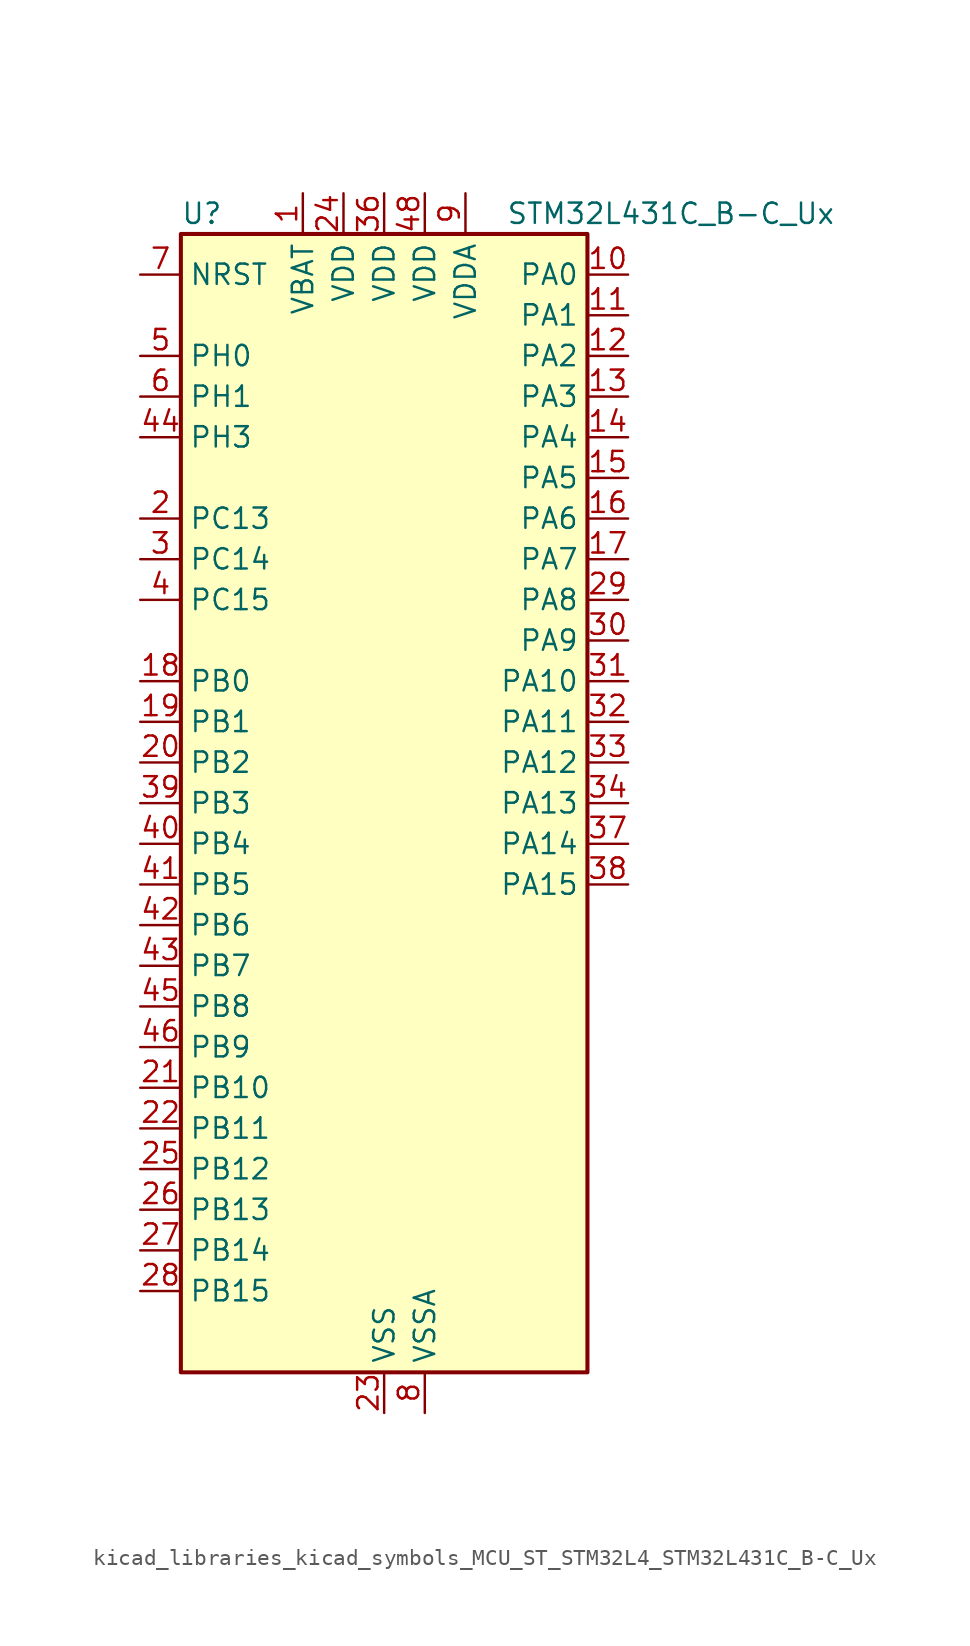
<source format=kicad_sym>
(kicad_symbol_lib
  (version 20220914)
  (generator kicad_symbol_editor)
  (symbol "kicad_libraries_kicad_symbols_MCU_ST_STM32L4_STM32L431C_B-C_Ux"
    (property "Reference" "U"
      (at -12.7 36.83 0)
      (effects (font (size 1.27 1.27)) (justify left)))
    (property "Value" "STM32L431C_B-C_Ux"
      (at 7.62 36.83 0)
      (effects (font (size 1.27 1.27)) (justify left)))
    (property "ki_locked" ""
      (at 0 0 0)
      (effects (font (size 1.27 1.27))))
    (symbol "kicad_libraries_kicad_symbols_MCU_ST_STM32L4_STM32L431C_B-C_Ux_0_1"
      (rectangle (start -12.7 -35.56) (end 12.7 35.56) (stroke (width 0.254) (type default)) (fill (type background))))
    (symbol "kicad_libraries_kicad_symbols_MCU_ST_STM32L4_STM32L431C_B-C_Ux_1_1"
      (pin power_in line (at -5.08 38.1 270) (length 2.54) (name "VBAT" (effects (font (size 1.27 1.27)))) (number "1" (effects (font (size 1.27 1.27)))))
      (pin bidirectional line (at 15.24 33.02 180) (length 2.54) (name "PA0" (effects (font (size 1.27 1.27)))) (number "10" (effects (font (size 1.27 1.27)))) (alternate "ADC1_IN5" bidirectional line) (alternate "COMP1_INM" bidirectional line) (alternate "COMP1_OUT" bidirectional line) (alternate "OPAMP1_VINP" bidirectional line) (alternate "RTC_TAMP2" bidirectional line) (alternate "SAI1_EXTCLK" bidirectional line) (alternate "SYS_WKUP1" bidirectional line) (alternate "TIM2_CH1" bidirectional line) (alternate "TIM2_ETR" bidirectional line) (alternate "USART2_CTS" bidirectional line))
      (pin bidirectional line (at 15.24 30.48 180) (length 2.54) (name "PA1" (effects (font (size 1.27 1.27)))) (number "11" (effects (font (size 1.27 1.27)))) (alternate "ADC1_IN6" bidirectional line) (alternate "COMP1_INP" bidirectional line) (alternate "I2C1_SMBA" bidirectional line) (alternate "OPAMP1_VINM" bidirectional line) (alternate "SPI1_SCK" bidirectional line) (alternate "TIM15_CH1N" bidirectional line) (alternate "TIM2_CH2" bidirectional line) (alternate "USART2_DE" bidirectional line) (alternate "USART2_RTS" bidirectional line))
      (pin bidirectional line (at 15.24 27.94 180) (length 2.54) (name "PA2" (effects (font (size 1.27 1.27)))) (number "12" (effects (font (size 1.27 1.27)))) (alternate "ADC1_IN7" bidirectional line) (alternate "COMP2_INM" bidirectional line) (alternate "COMP2_OUT" bidirectional line) (alternate "LPUART1_TX" bidirectional line) (alternate "QUADSPI_BK1_NCS" bidirectional line) (alternate "RCC_LSCO" bidirectional line) (alternate "SYS_WKUP4" bidirectional line) (alternate "TIM15_CH1" bidirectional line) (alternate "TIM2_CH3" bidirectional line) (alternate "USART2_TX" bidirectional line))
      (pin bidirectional line (at 15.24 25.4 180) (length 2.54) (name "PA3" (effects (font (size 1.27 1.27)))) (number "13" (effects (font (size 1.27 1.27)))) (alternate "ADC1_IN8" bidirectional line) (alternate "COMP2_INP" bidirectional line) (alternate "LPUART1_RX" bidirectional line) (alternate "OPAMP1_VOUT" bidirectional line) (alternate "QUADSPI_CLK" bidirectional line) (alternate "SAI1_MCLK_A" bidirectional line) (alternate "TIM15_CH2" bidirectional line) (alternate "TIM2_CH4" bidirectional line) (alternate "USART2_RX" bidirectional line))
      (pin bidirectional line (at 15.24 22.86 180) (length 2.54) (name "PA4" (effects (font (size 1.27 1.27)))) (number "14" (effects (font (size 1.27 1.27)))) (alternate "ADC1_IN9" bidirectional line) (alternate "COMP1_INM" bidirectional line) (alternate "COMP2_INM" bidirectional line) (alternate "DAC1_OUT1" bidirectional line) (alternate "LPTIM2_OUT" bidirectional line) (alternate "SAI1_FS_B" bidirectional line) (alternate "SPI1_NSS" bidirectional line) (alternate "SPI3_NSS" bidirectional line) (alternate "USART2_CK" bidirectional line))
      (pin bidirectional line (at 15.24 20.32 180) (length 2.54) (name "PA5" (effects (font (size 1.27 1.27)))) (number "15" (effects (font (size 1.27 1.27)))) (alternate "ADC1_IN10" bidirectional line) (alternate "COMP1_INM" bidirectional line) (alternate "COMP2_INM" bidirectional line) (alternate "DAC1_OUT2" bidirectional line) (alternate "LPTIM2_ETR" bidirectional line) (alternate "SPI1_SCK" bidirectional line) (alternate "TIM2_CH1" bidirectional line) (alternate "TIM2_ETR" bidirectional line))
      (pin bidirectional line (at 15.24 17.78 180) (length 2.54) (name "PA6" (effects (font (size 1.27 1.27)))) (number "16" (effects (font (size 1.27 1.27)))) (alternate "ADC1_IN11" bidirectional line) (alternate "COMP1_OUT" bidirectional line) (alternate "LPUART1_CTS" bidirectional line) (alternate "QUADSPI_BK1_IO3" bidirectional line) (alternate "SPI1_MISO" bidirectional line) (alternate "TIM16_CH1" bidirectional line) (alternate "TIM1_BKIN" bidirectional line) (alternate "TIM1_BKIN_COMP2" bidirectional line) (alternate "USART3_CTS" bidirectional line))
      (pin bidirectional line (at 15.24 15.24 180) (length 2.54) (name "PA7" (effects (font (size 1.27 1.27)))) (number "17" (effects (font (size 1.27 1.27)))) (alternate "ADC1_IN12" bidirectional line) (alternate "COMP2_OUT" bidirectional line) (alternate "I2C3_SCL" bidirectional line) (alternate "QUADSPI_BK1_IO2" bidirectional line) (alternate "SPI1_MOSI" bidirectional line) (alternate "TIM1_CH1N" bidirectional line))
      (pin bidirectional line (at -15.24 7.62 0) (length 2.54) (name "PB0" (effects (font (size 1.27 1.27)))) (number "18" (effects (font (size 1.27 1.27)))) (alternate "ADC1_IN15" bidirectional line) (alternate "COMP1_OUT" bidirectional line) (alternate "QUADSPI_BK1_IO1" bidirectional line) (alternate "SAI1_EXTCLK" bidirectional line) (alternate "SPI1_NSS" bidirectional line) (alternate "TIM1_CH2N" bidirectional line) (alternate "USART3_CK" bidirectional line))
      (pin bidirectional line (at -15.24 5.08 0) (length 2.54) (name "PB1" (effects (font (size 1.27 1.27)))) (number "19" (effects (font (size 1.27 1.27)))) (alternate "ADC1_IN16" bidirectional line) (alternate "COMP1_INM" bidirectional line) (alternate "LPTIM2_IN1" bidirectional line) (alternate "LPUART1_DE" bidirectional line) (alternate "LPUART1_RTS" bidirectional line) (alternate "QUADSPI_BK1_IO0" bidirectional line) (alternate "TIM1_CH3N" bidirectional line) (alternate "USART3_DE" bidirectional line) (alternate "USART3_RTS" bidirectional line))
      (pin bidirectional line (at -15.24 17.78 0) (length 2.54) (name "PC13" (effects (font (size 1.27 1.27)))) (number "2" (effects (font (size 1.27 1.27)))) (alternate "RTC_OUT_ALARM" bidirectional line) (alternate "RTC_OUT_CALIB" bidirectional line) (alternate "RTC_TAMP1" bidirectional line) (alternate "RTC_TS" bidirectional line) (alternate "SYS_WKUP2" bidirectional line))
      (pin bidirectional line (at -15.24 2.54 0) (length 2.54) (name "PB2" (effects (font (size 1.27 1.27)))) (number "20" (effects (font (size 1.27 1.27)))) (alternate "COMP1_INP" bidirectional line) (alternate "I2C3_SMBA" bidirectional line) (alternate "LPTIM1_OUT" bidirectional line) (alternate "RTC_OUT_ALARM" bidirectional line) (alternate "RTC_OUT_CALIB" bidirectional line))
      (pin bidirectional line (at -15.24 -17.78 0) (length 2.54) (name "PB10" (effects (font (size 1.27 1.27)))) (number "21" (effects (font (size 1.27 1.27)))) (alternate "COMP1_OUT" bidirectional line) (alternate "I2C2_SCL" bidirectional line) (alternate "LPUART1_RX" bidirectional line) (alternate "QUADSPI_CLK" bidirectional line) (alternate "SAI1_SCK_A" bidirectional line) (alternate "SPI2_SCK" bidirectional line) (alternate "TIM2_CH3" bidirectional line) (alternate "TSC_SYNC" bidirectional line) (alternate "USART3_TX" bidirectional line))
      (pin bidirectional line (at -15.24 -20.32 0) (length 2.54) (name "PB11" (effects (font (size 1.27 1.27)))) (number "22" (effects (font (size 1.27 1.27)))) (alternate "ADC1_EXTI11" bidirectional line) (alternate "COMP2_OUT" bidirectional line) (alternate "I2C2_SDA" bidirectional line) (alternate "LPUART1_TX" bidirectional line) (alternate "QUADSPI_BK1_NCS" bidirectional line) (alternate "TIM2_CH4" bidirectional line) (alternate "USART3_RX" bidirectional line))
      (pin power_in line (at 0 -38.1 90) (length 2.54) (name "VSS" (effects (font (size 1.27 1.27)))) (number "23" (effects (font (size 1.27 1.27)))))
      (pin power_in line (at -2.54 38.1 270) (length 2.54) (name "VDD" (effects (font (size 1.27 1.27)))) (number "24" (effects (font (size 1.27 1.27)))))
      (pin bidirectional line (at -15.24 -22.86 0) (length 2.54) (name "PB12" (effects (font (size 1.27 1.27)))) (number "25" (effects (font (size 1.27 1.27)))) (alternate "I2C2_SMBA" bidirectional line) (alternate "LPUART1_DE" bidirectional line) (alternate "LPUART1_RTS" bidirectional line) (alternate "SAI1_FS_A" bidirectional line) (alternate "SPI2_NSS" bidirectional line) (alternate "SWPMI1_IO" bidirectional line) (alternate "TIM15_BKIN" bidirectional line) (alternate "TIM1_BKIN" bidirectional line) (alternate "TIM1_BKIN_COMP2" bidirectional line) (alternate "TSC_G1_IO1" bidirectional line) (alternate "USART3_CK" bidirectional line))
      (pin bidirectional line (at -15.24 -25.4 0) (length 2.54) (name "PB13" (effects (font (size 1.27 1.27)))) (number "26" (effects (font (size 1.27 1.27)))) (alternate "I2C2_SCL" bidirectional line) (alternate "LPUART1_CTS" bidirectional line) (alternate "SAI1_SCK_A" bidirectional line) (alternate "SPI2_SCK" bidirectional line) (alternate "SWPMI1_TX" bidirectional line) (alternate "TIM15_CH1N" bidirectional line) (alternate "TIM1_CH1N" bidirectional line) (alternate "TSC_G1_IO2" bidirectional line) (alternate "USART3_CTS" bidirectional line))
      (pin bidirectional line (at -15.24 -27.94 0) (length 2.54) (name "PB14" (effects (font (size 1.27 1.27)))) (number "27" (effects (font (size 1.27 1.27)))) (alternate "I2C2_SDA" bidirectional line) (alternate "SAI1_MCLK_A" bidirectional line) (alternate "SPI2_MISO" bidirectional line) (alternate "SWPMI1_RX" bidirectional line) (alternate "TIM15_CH1" bidirectional line) (alternate "TIM1_CH2N" bidirectional line) (alternate "TSC_G1_IO3" bidirectional line) (alternate "USART3_DE" bidirectional line) (alternate "USART3_RTS" bidirectional line))
      (pin bidirectional line (at -15.24 -30.48 0) (length 2.54) (name "PB15" (effects (font (size 1.27 1.27)))) (number "28" (effects (font (size 1.27 1.27)))) (alternate "ADC1_EXTI15" bidirectional line) (alternate "RTC_REFIN" bidirectional line) (alternate "SAI1_SD_A" bidirectional line) (alternate "SPI2_MOSI" bidirectional line) (alternate "SWPMI1_SUSPEND" bidirectional line) (alternate "TIM15_CH2" bidirectional line) (alternate "TIM1_CH3N" bidirectional line) (alternate "TSC_G1_IO4" bidirectional line))
      (pin bidirectional line (at 15.24 12.7 180) (length 2.54) (name "PA8" (effects (font (size 1.27 1.27)))) (number "29" (effects (font (size 1.27 1.27)))) (alternate "LPTIM2_OUT" bidirectional line) (alternate "RCC_MCO" bidirectional line) (alternate "SAI1_SCK_A" bidirectional line) (alternate "SWPMI1_IO" bidirectional line) (alternate "TIM1_CH1" bidirectional line) (alternate "USART1_CK" bidirectional line))
      (pin bidirectional line (at -15.24 15.24 0) (length 2.54) (name "PC14" (effects (font (size 1.27 1.27)))) (number "3" (effects (font (size 1.27 1.27)))) (alternate "RCC_OSC32_IN" bidirectional line))
      (pin bidirectional line (at 15.24 10.16 180) (length 2.54) (name "PA9" (effects (font (size 1.27 1.27)))) (number "30" (effects (font (size 1.27 1.27)))) (alternate "DAC1_EXTI9" bidirectional line) (alternate "I2C1_SCL" bidirectional line) (alternate "SAI1_FS_A" bidirectional line) (alternate "TIM15_BKIN" bidirectional line) (alternate "TIM1_CH2" bidirectional line) (alternate "USART1_TX" bidirectional line))
      (pin bidirectional line (at 15.24 7.62 180) (length 2.54) (name "PA10" (effects (font (size 1.27 1.27)))) (number "31" (effects (font (size 1.27 1.27)))) (alternate "I2C1_SDA" bidirectional line) (alternate "SAI1_SD_A" bidirectional line) (alternate "TIM1_CH3" bidirectional line) (alternate "USART1_RX" bidirectional line))
      (pin bidirectional line (at 15.24 5.08 180) (length 2.54) (name "PA11" (effects (font (size 1.27 1.27)))) (number "32" (effects (font (size 1.27 1.27)))) (alternate "ADC1_EXTI11" bidirectional line) (alternate "CAN1_RX" bidirectional line) (alternate "COMP1_OUT" bidirectional line) (alternate "SPI1_MISO" bidirectional line) (alternate "TIM1_BKIN2" bidirectional line) (alternate "TIM1_BKIN2_COMP1" bidirectional line) (alternate "TIM1_CH4" bidirectional line) (alternate "USART1_CTS" bidirectional line))
      (pin bidirectional line (at 15.24 2.54 180) (length 2.54) (name "PA12" (effects (font (size 1.27 1.27)))) (number "33" (effects (font (size 1.27 1.27)))) (alternate "CAN1_TX" bidirectional line) (alternate "SPI1_MOSI" bidirectional line) (alternate "TIM1_ETR" bidirectional line) (alternate "USART1_DE" bidirectional line) (alternate "USART1_RTS" bidirectional line))
      (pin bidirectional line (at 15.24 0 180) (length 2.54) (name "PA13" (effects (font (size 1.27 1.27)))) (number "34" (effects (font (size 1.27 1.27)))) (alternate "IR_OUT" bidirectional line) (alternate "SAI1_SD_B" bidirectional line) (alternate "SWPMI1_TX" bidirectional line) (alternate "SYS_JTMS-SWDIO" bidirectional line))
      (pin passive line (at 0 -38.1 90) (length 2.54) hide (name "VSS" (effects (font (size 1.27 1.27)))) (number "35" (effects (font (size 1.27 1.27)))))
      (pin power_in line (at 0 38.1 270) (length 2.54) (name "VDD" (effects (font (size 1.27 1.27)))) (number "36" (effects (font (size 1.27 1.27)))))
      (pin bidirectional line (at 15.24 -2.54 180) (length 2.54) (name "PA14" (effects (font (size 1.27 1.27)))) (number "37" (effects (font (size 1.27 1.27)))) (alternate "I2C1_SMBA" bidirectional line) (alternate "LPTIM1_OUT" bidirectional line) (alternate "SAI1_FS_B" bidirectional line) (alternate "SWPMI1_RX" bidirectional line) (alternate "SYS_JTCK-SWCLK" bidirectional line))
      (pin bidirectional line (at 15.24 -5.08 180) (length 2.54) (name "PA15" (effects (font (size 1.27 1.27)))) (number "38" (effects (font (size 1.27 1.27)))) (alternate "ADC1_EXTI15" bidirectional line) (alternate "SPI1_NSS" bidirectional line) (alternate "SPI3_NSS" bidirectional line) (alternate "SWPMI1_SUSPEND" bidirectional line) (alternate "SYS_JTDI" bidirectional line) (alternate "TIM2_CH1" bidirectional line) (alternate "TIM2_ETR" bidirectional line) (alternate "USART2_RX" bidirectional line) (alternate "USART3_DE" bidirectional line) (alternate "USART3_RTS" bidirectional line))
      (pin bidirectional line (at -15.24 0 0) (length 2.54) (name "PB3" (effects (font (size 1.27 1.27)))) (number "39" (effects (font (size 1.27 1.27)))) (alternate "COMP2_INM" bidirectional line) (alternate "SAI1_SCK_B" bidirectional line) (alternate "SPI1_SCK" bidirectional line) (alternate "SPI3_SCK" bidirectional line) (alternate "SYS_JTDO-SWO" bidirectional line) (alternate "TIM2_CH2" bidirectional line) (alternate "USART1_DE" bidirectional line) (alternate "USART1_RTS" bidirectional line))
      (pin bidirectional line (at -15.24 12.7 0) (length 2.54) (name "PC15" (effects (font (size 1.27 1.27)))) (number "4" (effects (font (size 1.27 1.27)))) (alternate "ADC1_EXTI15" bidirectional line) (alternate "RCC_OSC32_OUT" bidirectional line))
      (pin bidirectional line (at -15.24 -2.54 0) (length 2.54) (name "PB4" (effects (font (size 1.27 1.27)))) (number "40" (effects (font (size 1.27 1.27)))) (alternate "COMP2_INP" bidirectional line) (alternate "I2C3_SDA" bidirectional line) (alternate "SAI1_MCLK_B" bidirectional line) (alternate "SPI1_MISO" bidirectional line) (alternate "SPI3_MISO" bidirectional line) (alternate "SYS_JTRST" bidirectional line) (alternate "TSC_G2_IO1" bidirectional line) (alternate "USART1_CTS" bidirectional line))
      (pin bidirectional line (at -15.24 -5.08 0) (length 2.54) (name "PB5" (effects (font (size 1.27 1.27)))) (number "41" (effects (font (size 1.27 1.27)))) (alternate "COMP2_OUT" bidirectional line) (alternate "I2C1_SMBA" bidirectional line) (alternate "LPTIM1_IN1" bidirectional line) (alternate "SAI1_SD_B" bidirectional line) (alternate "SPI1_MOSI" bidirectional line) (alternate "SPI3_MOSI" bidirectional line) (alternate "TIM16_BKIN" bidirectional line) (alternate "TSC_G2_IO2" bidirectional line) (alternate "USART1_CK" bidirectional line))
      (pin bidirectional line (at -15.24 -7.62 0) (length 2.54) (name "PB6" (effects (font (size 1.27 1.27)))) (number "42" (effects (font (size 1.27 1.27)))) (alternate "COMP2_INP" bidirectional line) (alternate "I2C1_SCL" bidirectional line) (alternate "LPTIM1_ETR" bidirectional line) (alternate "SAI1_FS_B" bidirectional line) (alternate "TIM16_CH1N" bidirectional line) (alternate "TSC_G2_IO3" bidirectional line) (alternate "USART1_TX" bidirectional line))
      (pin bidirectional line (at -15.24 -10.16 0) (length 2.54) (name "PB7" (effects (font (size 1.27 1.27)))) (number "43" (effects (font (size 1.27 1.27)))) (alternate "COMP2_INM" bidirectional line) (alternate "I2C1_SDA" bidirectional line) (alternate "LPTIM1_IN2" bidirectional line) (alternate "SYS_PVD_IN" bidirectional line) (alternate "TSC_G2_IO4" bidirectional line) (alternate "USART1_RX" bidirectional line))
      (pin bidirectional line (at -15.24 22.86 0) (length 2.54) (name "PH3" (effects (font (size 1.27 1.27)))) (number "44" (effects (font (size 1.27 1.27)))))
      (pin bidirectional line (at -15.24 -12.7 0) (length 2.54) (name "PB8" (effects (font (size 1.27 1.27)))) (number "45" (effects (font (size 1.27 1.27)))) (alternate "CAN1_RX" bidirectional line) (alternate "I2C1_SCL" bidirectional line) (alternate "SAI1_MCLK_A" bidirectional line) (alternate "TIM16_CH1" bidirectional line))
      (pin bidirectional line (at -15.24 -15.24 0) (length 2.54) (name "PB9" (effects (font (size 1.27 1.27)))) (number "46" (effects (font (size 1.27 1.27)))) (alternate "CAN1_TX" bidirectional line) (alternate "DAC1_EXTI9" bidirectional line) (alternate "I2C1_SDA" bidirectional line) (alternate "IR_OUT" bidirectional line) (alternate "SAI1_FS_A" bidirectional line) (alternate "SPI2_NSS" bidirectional line))
      (pin passive line (at 0 -38.1 90) (length 2.54) hide (name "VSS" (effects (font (size 1.27 1.27)))) (number "47" (effects (font (size 1.27 1.27)))))
      (pin power_in line (at 2.54 38.1 270) (length 2.54) (name "VDD" (effects (font (size 1.27 1.27)))) (number "48" (effects (font (size 1.27 1.27)))))
      (pin passive line (at 0 -38.1 90) (length 2.54) hide (name "VSS" (effects (font (size 1.27 1.27)))) (number "49" (effects (font (size 1.27 1.27)))))
      (pin bidirectional line (at -15.24 27.94 0) (length 2.54) (name "PH0" (effects (font (size 1.27 1.27)))) (number "5" (effects (font (size 1.27 1.27)))) (alternate "RCC_OSC_IN" bidirectional line))
      (pin bidirectional line (at -15.24 25.4 0) (length 2.54) (name "PH1" (effects (font (size 1.27 1.27)))) (number "6" (effects (font (size 1.27 1.27)))) (alternate "RCC_OSC_OUT" bidirectional line))
      (pin input line (at -15.24 33.02 0) (length 2.54) (name "NRST" (effects (font (size 1.27 1.27)))) (number "7" (effects (font (size 1.27 1.27)))))
      (pin power_in line (at 2.54 -38.1 90) (length 2.54) (name "VSSA" (effects (font (size 1.27 1.27)))) (number "8" (effects (font (size 1.27 1.27)))))
      (pin power_in line (at 5.08 38.1 270) (length 2.54) (name "VDDA" (effects (font (size 1.27 1.27)))) (number "9" (effects (font (size 1.27 1.27))))))))
</source>
